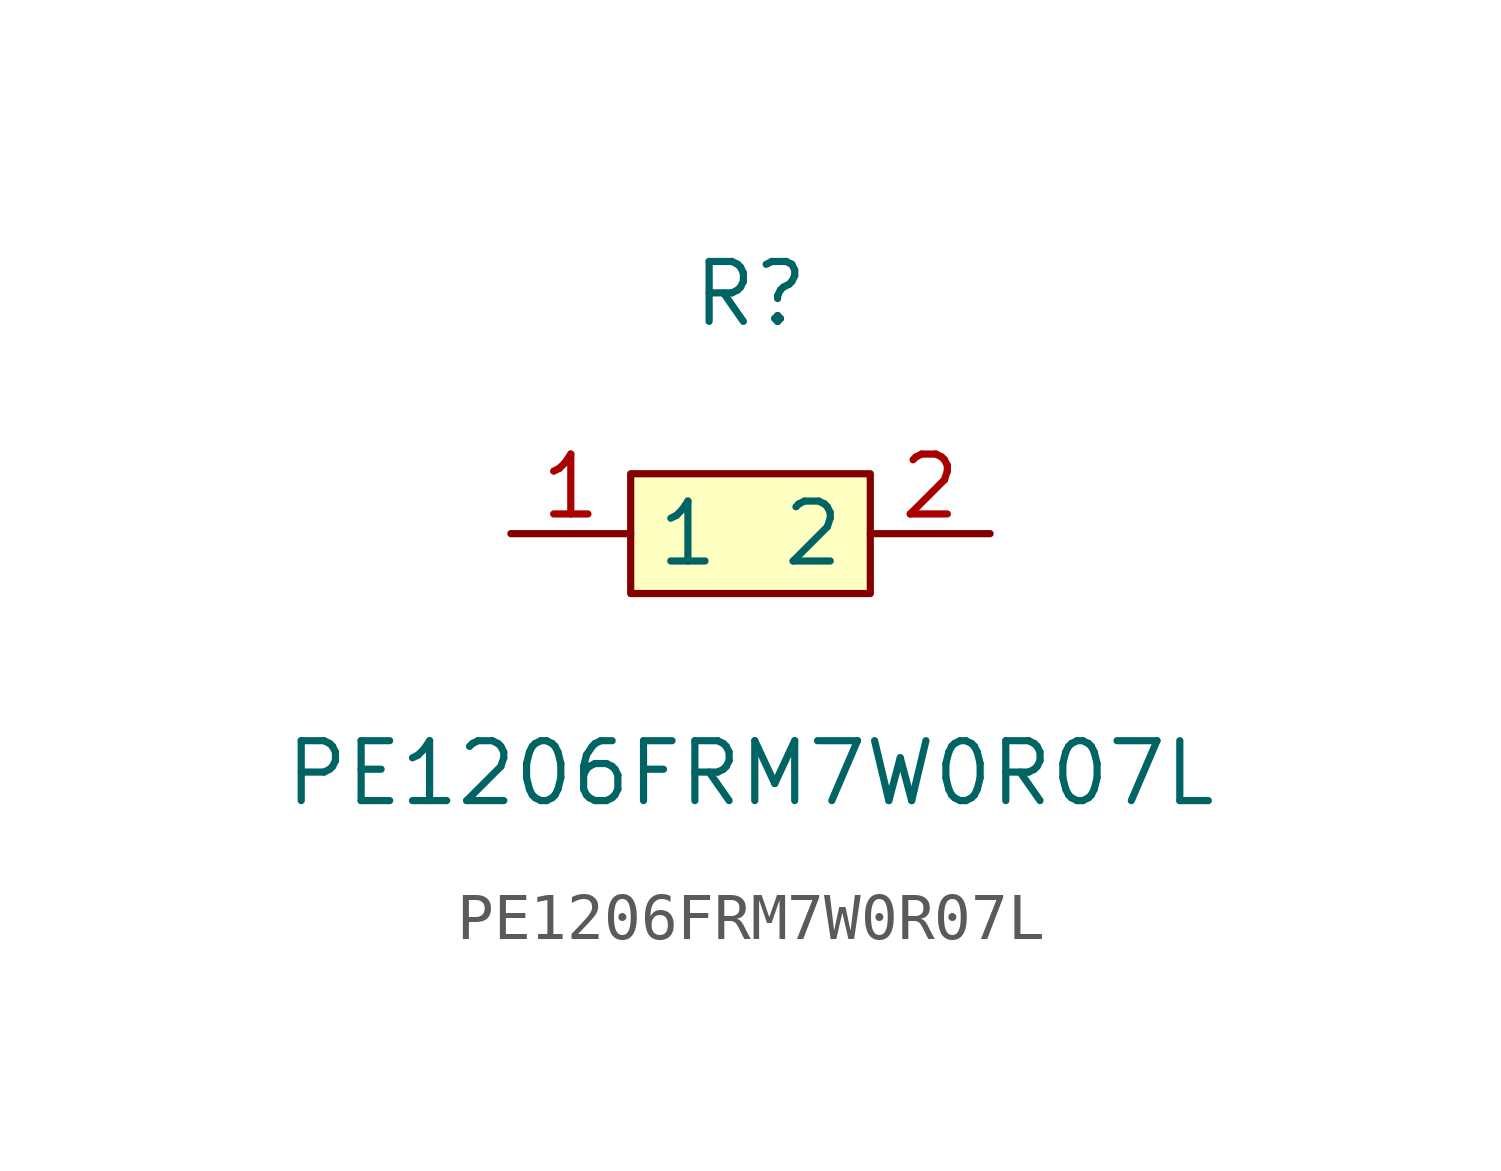
<source format=kicad_sym>
(kicad_symbol_lib
  (version 1)
  (generator "faebryk")
  (symbol "PE1206FRM7W0R07L"
    (property "Reference" "R"
      (at 0 5.08 0)
      (effects (font (size 1.27 1.27)) (hide no)))
    (property "Value" "PE1206FRM7W0R07L"
      (at 0 -5.08 0)
      (effects (font (size 1.27 1.27)) (hide no)))
    (symbol "PE1206FRM7W0R07L_0_1"
      (rectangle (start -2.54 1.27) (end 2.54 -1.27) (stroke (width 0) (type default) (color 0 0 0 0)) (fill (type background)))
      (pin unspecified line (at -5.08 0 0) (length 2.54) (name "1" (effects (font (size 1.27 1.27)) (hide no))) (number "1" (effects (font (size 1.27 1.27)) (hide no))))
      (pin unspecified line (at 5.08 0 180) (length 2.54) (name "2" (effects (font (size 1.27 1.27)) (hide no))) (number "2" (effects (font (size 1.27 1.27)) (hide no)))))))
</source>
